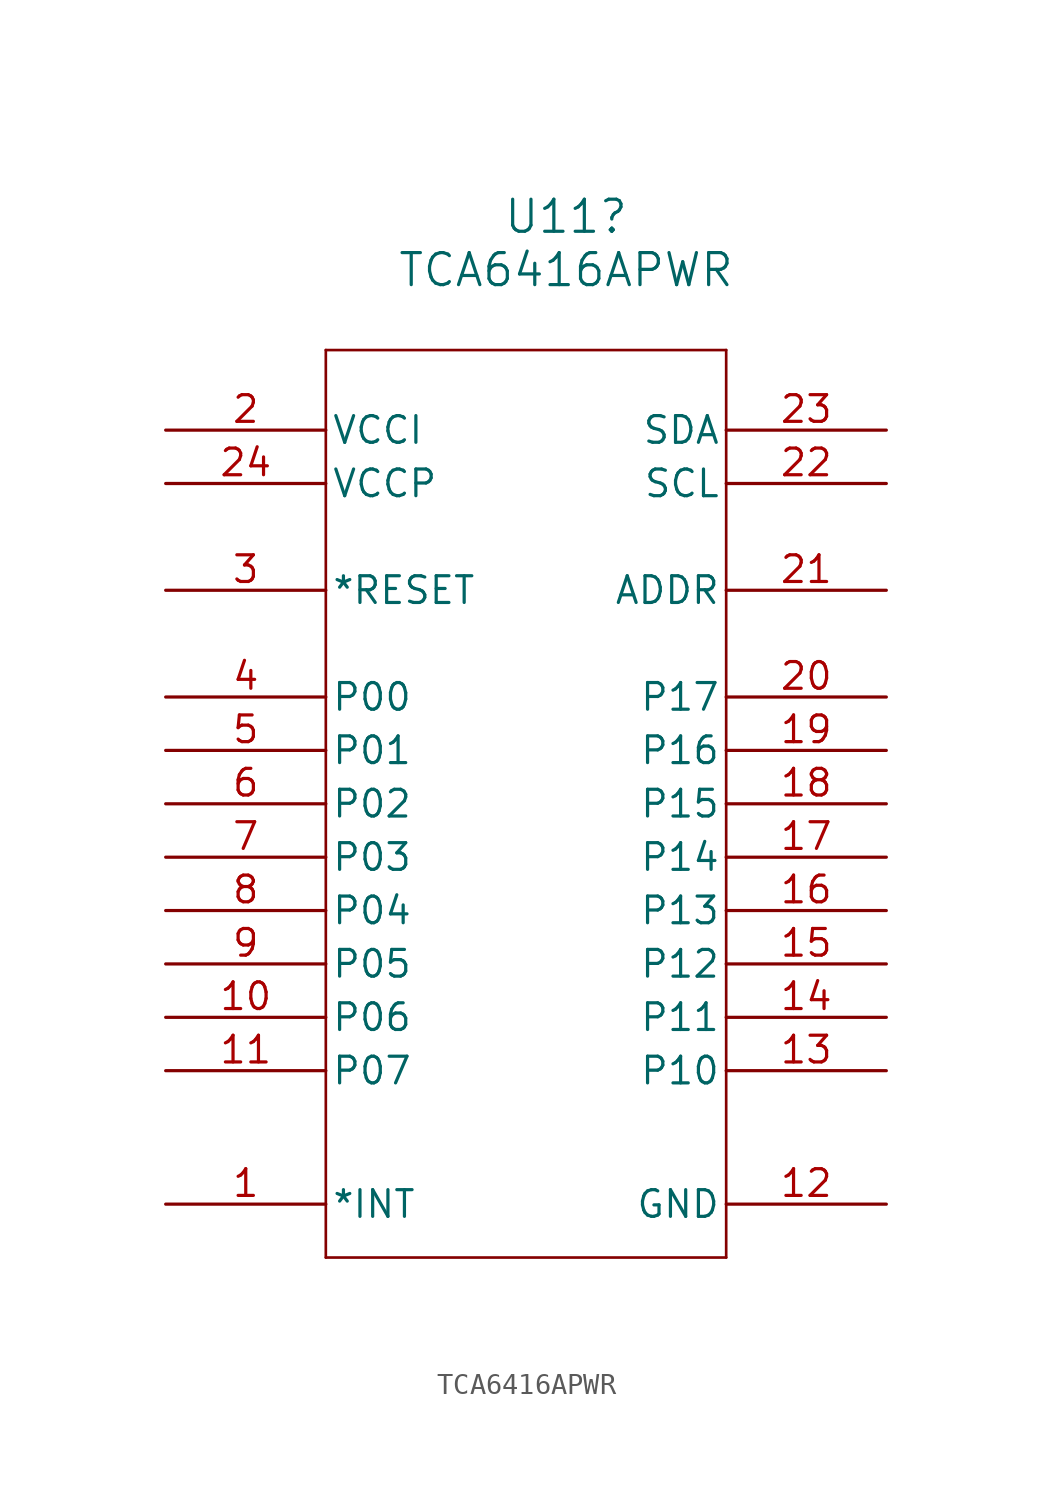
<source format=kicad_sym>
(kicad_symbol_lib
  (version 20231120)
  (generator "kicad_symbol_editor")
  (generator_version "8.0")
  (symbol "TCA6416APWR"
    (pin_names
      (offset 0.254))
    (property "Reference" "U11"
      (at 19.05 10.16 0)
      (effects (font (size 1.524 1.524))))
    (property "Value" "TCA6416APWR"
      (at 19.05 7.62 0)
      (effects (font (size 1.524 1.524))))
    (property "ki_locked" ""
      (at 0 0 0)
      (effects (font (size 1.27 1.27))))
    (symbol "TCA6416APWR_0_1"
      (polyline (pts (xy 7.62 -39.37) (xy 26.67 -39.37)) (stroke (width 0.127) (type default)) (fill (type none)))
      (polyline (pts (xy 7.62 3.81) (xy 7.62 -39.37)) (stroke (width 0.127) (type default)) (fill (type none)))
      (polyline (pts (xy 26.67 -39.37) (xy 26.67 3.81)) (stroke (width 0.127) (type default)) (fill (type none)))
      (polyline (pts (xy 26.67 3.81) (xy 7.62 3.81)) (stroke (width 0.127) (type default)) (fill (type none)))
      (pin output line (at 0 -36.83 0) (length 7.62) (name "*INT" (effects (font (size 1.27 1.27)))) (number "1" (effects (font (size 1.27 1.27)))))
      (pin output line (at 0 -27.94 0) (length 7.62) (name "P06" (effects (font (size 1.27 1.27)))) (number "10" (effects (font (size 1.27 1.27)))))
      (pin output line (at 0 -30.48 0) (length 7.62) (name "P07" (effects (font (size 1.27 1.27)))) (number "11" (effects (font (size 1.27 1.27)))))
      (pin output line (at 34.29 -30.48 180) (length 7.62) (name "P10" (effects (font (size 1.27 1.27)))) (number "13" (effects (font (size 1.27 1.27)))))
      (pin output line (at 34.29 -27.94 180) (length 7.62) (name "P11" (effects (font (size 1.27 1.27)))) (number "14" (effects (font (size 1.27 1.27)))))
      (pin power_in line (at 34.29 -25.4 180) (length 7.62) (name "P12" (effects (font (size 1.27 1.27)))) (number "15" (effects (font (size 1.27 1.27)))))
      (pin output line (at 34.29 -22.86 180) (length 7.62) (name "P13" (effects (font (size 1.27 1.27)))) (number "16" (effects (font (size 1.27 1.27)))))
      (pin output line (at 34.29 -20.32 180) (length 7.62) (name "P14" (effects (font (size 1.27 1.27)))) (number "17" (effects (font (size 1.27 1.27)))))
      (pin output line (at 34.29 -17.78 180) (length 7.62) (name "P15" (effects (font (size 1.27 1.27)))) (number "18" (effects (font (size 1.27 1.27)))))
      (pin output line (at 34.29 -15.24 180) (length 7.62) (name "P16" (effects (font (size 1.27 1.27)))) (number "19" (effects (font (size 1.27 1.27)))))
      (pin output line (at 34.29 -12.7 180) (length 7.62) (name "P17" (effects (font (size 1.27 1.27)))) (number "20" (effects (font (size 1.27 1.27)))))
      (pin unspecified line (at 34.29 -7.62 180) (length 7.62) (name "ADDR" (effects (font (size 1.27 1.27)))) (number "21" (effects (font (size 1.27 1.27)))))
      (pin unspecified line (at 34.29 -2.54 180) (length 7.62) (name "SCL" (effects (font (size 1.27 1.27)))) (number "22" (effects (font (size 1.27 1.27)))))
      (pin unspecified line (at 34.29 0 180) (length 7.62) (name "SDA" (effects (font (size 1.27 1.27)))) (number "23" (effects (font (size 1.27 1.27)))))
      (pin input line (at 0 -7.62 0) (length 7.62) (name "*RESET" (effects (font (size 1.27 1.27)))) (number "3" (effects (font (size 1.27 1.27)))))
      (pin output line (at 0 -12.7 0) (length 7.62) (name "P00" (effects (font (size 1.27 1.27)))) (number "4" (effects (font (size 1.27 1.27)))))
      (pin output line (at 0 -15.24 0) (length 7.62) (name "P01" (effects (font (size 1.27 1.27)))) (number "5" (effects (font (size 1.27 1.27)))))
      (pin output line (at 0 -17.78 0) (length 7.62) (name "P02" (effects (font (size 1.27 1.27)))) (number "6" (effects (font (size 1.27 1.27)))))
      (pin output line (at 0 -20.32 0) (length 7.62) (name "P03" (effects (font (size 1.27 1.27)))) (number "7" (effects (font (size 1.27 1.27)))))
      (pin output line (at 0 -22.86 0) (length 7.62) (name "P04" (effects (font (size 1.27 1.27)))) (number "8" (effects (font (size 1.27 1.27)))))
      (pin output line (at 0 -25.4 0) (length 7.62) (name "P05" (effects (font (size 1.27 1.27)))) (number "9" (effects (font (size 1.27 1.27))))))
    (symbol "TCA6416APWR_1_1"
      (pin power_in line (at 34.29 -36.83 180) (length 7.62) (name "GND" (effects (font (size 1.27 1.27)))) (number "12" (effects (font (size 1.27 1.27)))))
      (pin power_in line (at 0 0 0) (length 7.62) (name "VCCI" (effects (font (size 1.27 1.27)))) (number "2" (effects (font (size 1.27 1.27)))))
      (pin power_in line (at 0 -2.54 0) (length 7.62) (name "VCCP" (effects (font (size 1.27 1.27)))) (number "24" (effects (font (size 1.27 1.27))))))))
</source>
